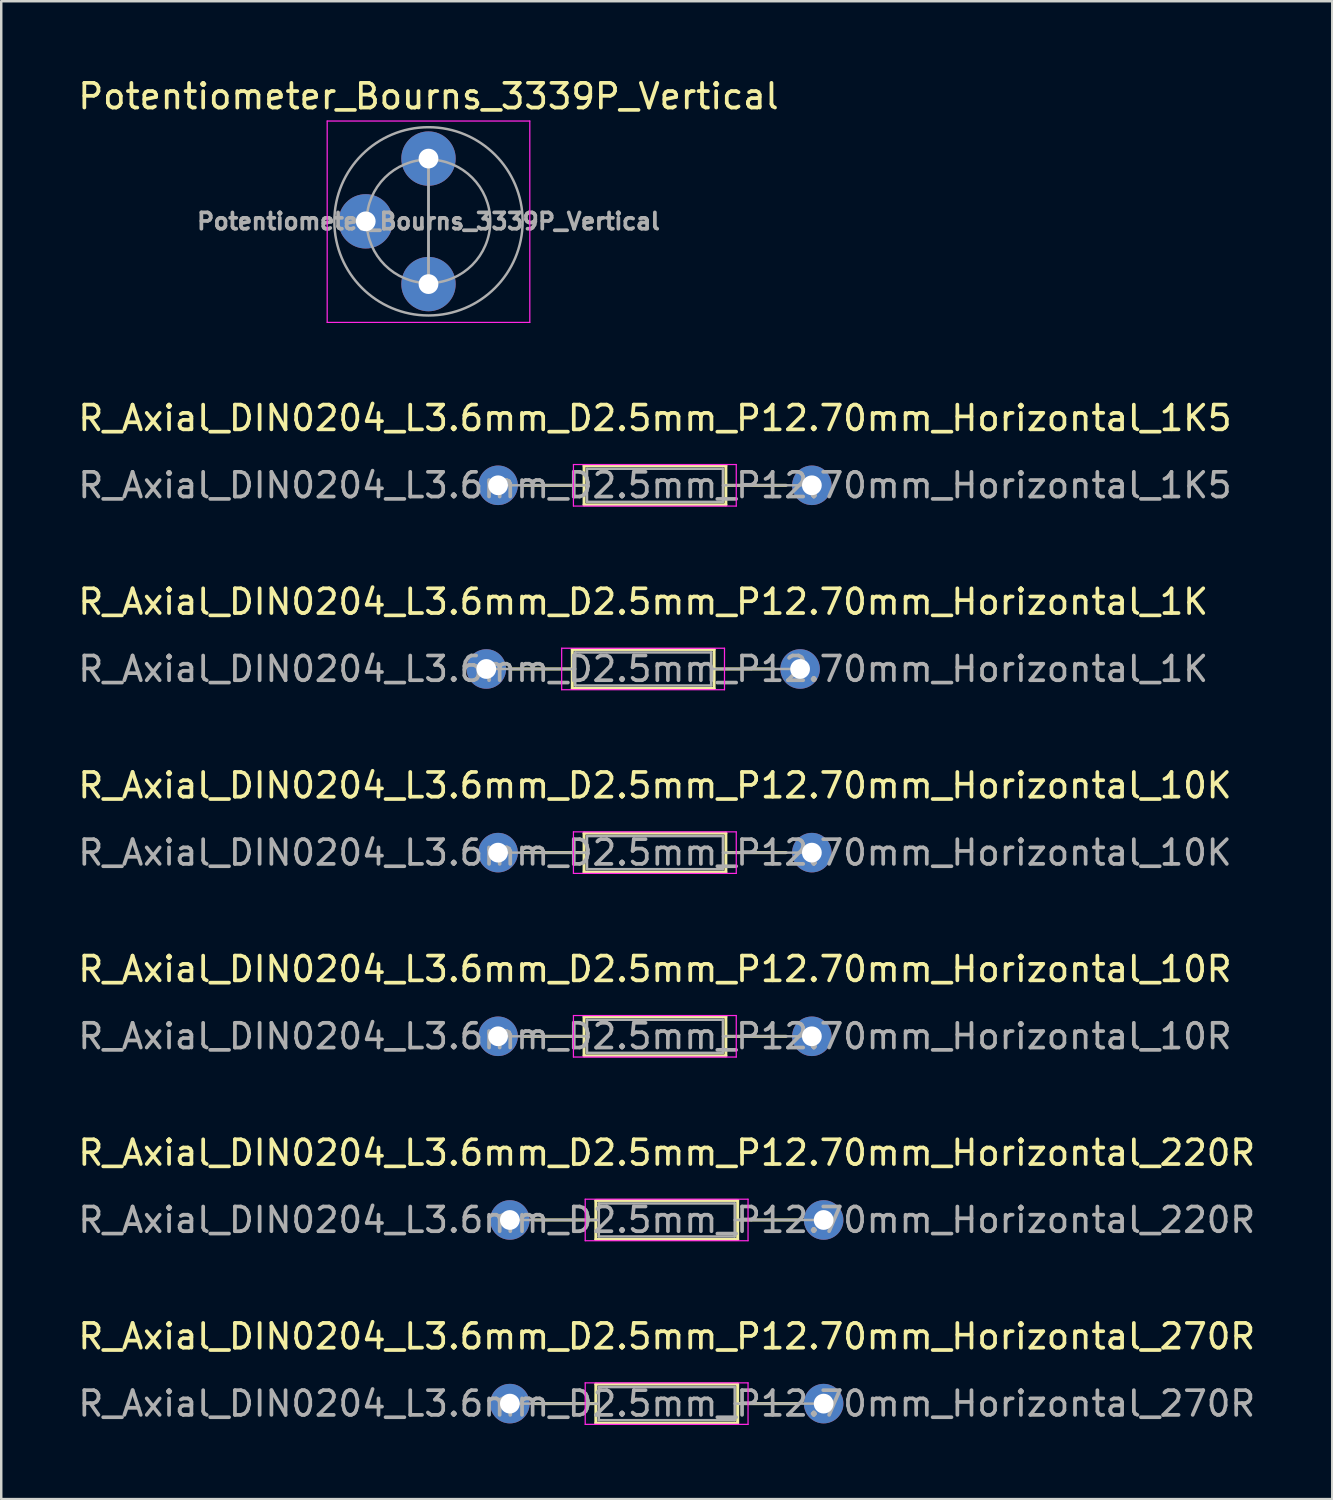
<source format=kicad_pcb>
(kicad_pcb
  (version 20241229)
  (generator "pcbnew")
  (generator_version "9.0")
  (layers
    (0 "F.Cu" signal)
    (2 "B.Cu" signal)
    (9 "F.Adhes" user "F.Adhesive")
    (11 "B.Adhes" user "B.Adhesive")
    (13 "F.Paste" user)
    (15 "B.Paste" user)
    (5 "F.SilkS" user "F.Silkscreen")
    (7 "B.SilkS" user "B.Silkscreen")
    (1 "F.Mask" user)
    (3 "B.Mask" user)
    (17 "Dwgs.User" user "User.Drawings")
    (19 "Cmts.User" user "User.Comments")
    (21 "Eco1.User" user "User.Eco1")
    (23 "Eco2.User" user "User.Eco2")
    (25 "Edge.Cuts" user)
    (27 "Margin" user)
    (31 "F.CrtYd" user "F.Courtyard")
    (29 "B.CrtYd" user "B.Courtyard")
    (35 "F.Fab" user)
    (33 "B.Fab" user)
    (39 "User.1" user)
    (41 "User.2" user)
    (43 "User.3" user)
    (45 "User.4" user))
  (footprint "R_Axial_DIN0204_L3.6mm_D2.5mm_P12.70mm_Horizontal_10K"
    (layer "F.Cu")
    (at 17.108 31.458)
    (property "Reference" "R_Axial_DIN0204_L3.6mm_D2.5mm_P12.70mm_Horizontal_10K" (at 6.35 -2.72 0) (layer "F.SilkS") (effects (font (size 1 1) (thickness 0.15))))
    (attr through_hole)
    (fp_line (start 1.04 0) (end 3.48 0) (stroke (width 0.12) (type solid)) (layer "F.SilkS"))
    (fp_line (start 3.48 -0.79) (end 3.48 0.79) (stroke (width 0.12) (type solid)) (layer "F.SilkS"))
    (fp_line (start 3.48 0.79) (end 9.22 0.79) (stroke (width 0.12) (type solid)) (layer "F.SilkS"))
    (fp_line (start 9.22 -0.79) (end 3.48 -0.79) (stroke (width 0.12) (type solid)) (layer "F.SilkS"))
    (fp_line (start 9.22 0.79) (end 9.22 -0.79) (stroke (width 0.12) (type solid)) (layer "F.SilkS"))
    (fp_line (start 11.66 0) (end 9.22 0) (stroke (width 0.12) (type solid)) (layer "F.SilkS"))
    (fp_line (start 3.05 -0.84) (end 3.05 0.84) (stroke (width 0.05) (type solid)) (layer "F.CrtYd"))
    (fp_line (start 3.05 0.84) (end 9.64 0.84) (stroke (width 0.05) (type solid)) (layer "F.CrtYd"))
    (fp_line (start 9.64 -0.84) (end 3.05 -0.84) (stroke (width 0.05) (type solid)) (layer "F.CrtYd"))
    (fp_line (start 9.64 0.84) (end 9.64 -0.84) (stroke (width 0.05) (type solid)) (layer "F.CrtYd"))
    (fp_line (start 0 0) (end 3.6 0) (stroke (width 0.1) (type solid)) (layer "F.Fab"))
    (fp_line (start 3.6 -0.67) (end 3.6 0.67) (stroke (width 0.1) (type solid)) (layer "F.Fab"))
    (fp_line (start 3.6 0.67) (end 9.1 0.67) (stroke (width 0.1) (type solid)) (layer "F.Fab"))
    (fp_line (start 9.1 -0.67) (end 3.6 -0.67) (stroke (width 0.1) (type solid)) (layer "F.Fab"))
    (fp_line (start 9.1 0.67) (end 9.1 -0.67) (stroke (width 0.1) (type solid)) (layer "F.Fab"))
    (fp_line (start 12.7 0) (end 9.1 0) (stroke (width 0.1) (type solid)) (layer "F.Fab"))
    (fp_text user "${REFERENCE}" (at 6.35 0 0) (layer "F.Fab") (effects (font (size 1 1) (thickness 0.15))))
    (pad "1" thru_hole oval (at 0 0) (size 1.6 1.6) (drill 0.8) (layers "*.Cu" "*.Mask"))
    (pad "2" thru_hole oval (at 12.7 0) (size 1.6 1.6) (drill 0.8) (layers "*.Cu" "*.Mask")))
  (footprint "R_Axial_DIN0204_L3.6mm_D2.5mm_P12.70mm_Horizontal_220R"
    (layer "F.Cu")
    (at 17.585 46.325)
    (property "Reference" "R_Axial_DIN0204_L3.6mm_D2.5mm_P12.70mm_Horizontal_220R" (at 6.35 -2.72 0) (layer "F.SilkS") (effects (font (size 1 1) (thickness 0.15))))
    (attr through_hole)
    (fp_line (start 1.04 0) (end 3.48 0) (stroke (width 0.12) (type solid)) (layer "F.SilkS"))
    (fp_line (start 3.48 -0.79) (end 3.48 0.79) (stroke (width 0.12) (type solid)) (layer "F.SilkS"))
    (fp_line (start 3.48 0.79) (end 9.22 0.79) (stroke (width 0.12) (type solid)) (layer "F.SilkS"))
    (fp_line (start 9.22 -0.79) (end 3.48 -0.79) (stroke (width 0.12) (type solid)) (layer "F.SilkS"))
    (fp_line (start 9.22 0.79) (end 9.22 -0.79) (stroke (width 0.12) (type solid)) (layer "F.SilkS"))
    (fp_line (start 11.66 0) (end 9.22 0) (stroke (width 0.12) (type solid)) (layer "F.SilkS"))
    (fp_line (start 3.05 -0.84) (end 3.05 0.84) (stroke (width 0.05) (type solid)) (layer "F.CrtYd"))
    (fp_line (start 3.05 0.84) (end 9.64 0.84) (stroke (width 0.05) (type solid)) (layer "F.CrtYd"))
    (fp_line (start 9.64 -0.84) (end 3.05 -0.84) (stroke (width 0.05) (type solid)) (layer "F.CrtYd"))
    (fp_line (start 9.64 0.84) (end 9.64 -0.84) (stroke (width 0.05) (type solid)) (layer "F.CrtYd"))
    (fp_line (start 0 0) (end 3.6 0) (stroke (width 0.1) (type solid)) (layer "F.Fab"))
    (fp_line (start 3.6 -0.67) (end 3.6 0.67) (stroke (width 0.1) (type solid)) (layer "F.Fab"))
    (fp_line (start 3.6 0.67) (end 9.1 0.67) (stroke (width 0.1) (type solid)) (layer "F.Fab"))
    (fp_line (start 9.1 -0.67) (end 3.6 -0.67) (stroke (width 0.1) (type solid)) (layer "F.Fab"))
    (fp_line (start 9.1 0.67) (end 9.1 -0.67) (stroke (width 0.1) (type solid)) (layer "F.Fab"))
    (fp_line (start 12.7 0) (end 9.1 0) (stroke (width 0.1) (type solid)) (layer "F.Fab"))
    (fp_text user "${REFERENCE}" (at 6.35 0 0) (layer "F.Fab") (effects (font (size 1 1) (thickness 0.15))))
    (pad "1" thru_hole oval (at 0 0) (size 1.6 1.6) (drill 0.8) (layers "*.Cu" "*.Mask"))
    (pad "2" thru_hole oval (at 12.7 0) (size 1.6 1.6) (drill 0.8) (layers "*.Cu" "*.Mask")))
  (footprint "R_Axial_DIN0204_L3.6mm_D2.5mm_P12.70mm_Horizontal_1K"
    (layer "F.Cu")
    (at 16.632 24.025)
    (property "Reference" "R_Axial_DIN0204_L3.6mm_D2.5mm_P12.70mm_Horizontal_1K" (at 6.35 -2.72 0) (layer "F.SilkS") (effects (font (size 1 1) (thickness 0.15))))
    (attr through_hole)
    (fp_line (start 1.04 0) (end 3.48 0) (stroke (width 0.12) (type solid)) (layer "F.SilkS"))
    (fp_line (start 3.48 -0.79) (end 3.48 0.79) (stroke (width 0.12) (type solid)) (layer "F.SilkS"))
    (fp_line (start 3.48 0.79) (end 9.22 0.79) (stroke (width 0.12) (type solid)) (layer "F.SilkS"))
    (fp_line (start 9.22 -0.79) (end 3.48 -0.79) (stroke (width 0.12) (type solid)) (layer "F.SilkS"))
    (fp_line (start 9.22 0.79) (end 9.22 -0.79) (stroke (width 0.12) (type solid)) (layer "F.SilkS"))
    (fp_line (start 11.66 0) (end 9.22 0) (stroke (width 0.12) (type solid)) (layer "F.SilkS"))
    (fp_line (start 3.05 -0.84) (end 3.05 0.84) (stroke (width 0.05) (type solid)) (layer "F.CrtYd"))
    (fp_line (start 3.05 0.84) (end 9.64 0.84) (stroke (width 0.05) (type solid)) (layer "F.CrtYd"))
    (fp_line (start 9.64 -0.84) (end 3.05 -0.84) (stroke (width 0.05) (type solid)) (layer "F.CrtYd"))
    (fp_line (start 9.64 0.84) (end 9.64 -0.84) (stroke (width 0.05) (type solid)) (layer "F.CrtYd"))
    (fp_line (start 0 0) (end 3.6 0) (stroke (width 0.1) (type solid)) (layer "F.Fab"))
    (fp_line (start 3.6 -0.67) (end 3.6 0.67) (stroke (width 0.1) (type solid)) (layer "F.Fab"))
    (fp_line (start 3.6 0.67) (end 9.1 0.67) (stroke (width 0.1) (type solid)) (layer "F.Fab"))
    (fp_line (start 9.1 -0.67) (end 3.6 -0.67) (stroke (width 0.1) (type solid)) (layer "F.Fab"))
    (fp_line (start 9.1 0.67) (end 9.1 -0.67) (stroke (width 0.1) (type solid)) (layer "F.Fab"))
    (fp_line (start 12.7 0) (end 9.1 0) (stroke (width 0.1) (type solid)) (layer "F.Fab"))
    (fp_text user "${REFERENCE}" (at 6.35 0 0) (layer "F.Fab") (effects (font (size 1 1) (thickness 0.15))))
    (pad "1" thru_hole oval (at 0 0) (size 1.6 1.6) (drill 0.8) (layers "*.Cu" "*.Mask"))
    (pad "2" thru_hole oval (at 12.7 0) (size 1.6 1.6) (drill 0.8) (layers "*.Cu" "*.Mask")))
  (footprint "R_Axial_DIN0204_L3.6mm_D2.5mm_P12.70mm_Horizontal_1K5"
    (layer "F.Cu")
    (at 17.108 16.591)
    (property "Reference" "R_Axial_DIN0204_L3.6mm_D2.5mm_P12.70mm_Horizontal_1K5" (at 6.35 -2.72 0) (layer "F.SilkS") (effects (font (size 1 1) (thickness 0.15))))
    (attr through_hole)
    (fp_line (start 1.04 0) (end 3.48 0) (stroke (width 0.12) (type solid)) (layer "F.SilkS"))
    (fp_line (start 3.48 -0.79) (end 3.48 0.79) (stroke (width 0.12) (type solid)) (layer "F.SilkS"))
    (fp_line (start 3.48 0.79) (end 9.22 0.79) (stroke (width 0.12) (type solid)) (layer "F.SilkS"))
    (fp_line (start 9.22 -0.79) (end 3.48 -0.79) (stroke (width 0.12) (type solid)) (layer "F.SilkS"))
    (fp_line (start 9.22 0.79) (end 9.22 -0.79) (stroke (width 0.12) (type solid)) (layer "F.SilkS"))
    (fp_line (start 11.66 0) (end 9.22 0) (stroke (width 0.12) (type solid)) (layer "F.SilkS"))
    (fp_line (start 3.05 -0.84) (end 3.05 0.84) (stroke (width 0.05) (type solid)) (layer "F.CrtYd"))
    (fp_line (start 3.05 0.84) (end 9.64 0.84) (stroke (width 0.05) (type solid)) (layer "F.CrtYd"))
    (fp_line (start 9.64 -0.84) (end 3.05 -0.84) (stroke (width 0.05) (type solid)) (layer "F.CrtYd"))
    (fp_line (start 9.64 0.84) (end 9.64 -0.84) (stroke (width 0.05) (type solid)) (layer "F.CrtYd"))
    (fp_line (start 0 0) (end 3.6 0) (stroke (width 0.1) (type solid)) (layer "F.Fab"))
    (fp_line (start 3.6 -0.67) (end 3.6 0.67) (stroke (width 0.1) (type solid)) (layer "F.Fab"))
    (fp_line (start 3.6 0.67) (end 9.1 0.67) (stroke (width 0.1) (type solid)) (layer "F.Fab"))
    (fp_line (start 9.1 -0.67) (end 3.6 -0.67) (stroke (width 0.1) (type solid)) (layer "F.Fab"))
    (fp_line (start 9.1 0.67) (end 9.1 -0.67) (stroke (width 0.1) (type solid)) (layer "F.Fab"))
    (fp_line (start 12.7 0) (end 9.1 0) (stroke (width 0.1) (type solid)) (layer "F.Fab"))
    (fp_text user "${REFERENCE}" (at 6.35 0 0) (layer "F.Fab") (effects (font (size 1 1) (thickness 0.15))))
    (pad "1" thru_hole oval (at 0 0) (size 1.6 1.6) (drill 0.8) (layers "*.Cu" "*.Mask"))
    (pad "2" thru_hole oval (at 12.7 0) (size 1.6 1.6) (drill 0.8) (layers "*.Cu" "*.Mask")))
  (footprint "Potentiometer_Bourns_3339P_Vertical"
    (layer "F.Cu")
    (at 14.292 8.448)
    (property "Reference" "Potentiometer_Bourns_3339P_Vertical" (at 0 -7.6 0) (layer "F.SilkS") (effects (font (size 1 1) (thickness 0.15))))
    (attr through_hole)
    (fp_line (start -4.1 -6.6) (end -4.1 1.55) (stroke (width 0.05) (type solid)) (layer "F.CrtYd"))
    (fp_line (start -4.1 1.55) (end 4.1 1.55) (stroke (width 0.05) (type solid)) (layer "F.CrtYd"))
    (fp_line (start 4.1 -6.6) (end -4.1 -6.6) (stroke (width 0.05) (type solid)) (layer "F.CrtYd"))
    (fp_line (start 4.1 1.55) (end 4.1 -6.6) (stroke (width 0.05) (type solid)) (layer "F.CrtYd"))
    (fp_line (start 0 -0.064) (end 0.001 -5.014) (stroke (width 0.1) (type solid)) (layer "F.Fab"))
    (fp_line (start 0 -0.064) (end 0.001 -5.014) (stroke (width 0.1) (type solid)) (layer "F.Fab"))
    (fp_circle (center 0 -2.54) (end 2.5 -2.54) (stroke (width 0.1) (type solid)) (fill no) (layer "F.Fab"))
    (fp_circle (center 0 -2.54) (end 3.81 -2.54) (stroke (width 0.1) (type solid)) (fill no) (layer "F.Fab"))
    (fp_text user "${REFERENCE}" (at 0.001 -2.539 180) (layer "F.Fab") (effects (font (size 0.66 0.66) (thickness 0.15))))
    (pad "1" thru_hole circle (at 0 0) (size 2.2 2.2) (drill 0.8) (layers "*.Cu" "*.Mask"))
    (pad "2" thru_hole circle (at -2.54 -2.54) (size 2.2 2.2) (drill 0.8) (layers "*.Cu" "*.Mask"))
    (pad "3" thru_hole circle (at 0 -5.08) (size 2.2 2.2) (drill 0.8) (layers "*.Cu" "*.Mask")))
  (footprint "R_Axial_DIN0204_L3.6mm_D2.5mm_P12.70mm_Horizontal_10R"
    (layer "F.Cu")
    (at 17.108 38.891)
    (property "Reference" "R_Axial_DIN0204_L3.6mm_D2.5mm_P12.70mm_Horizontal_10R" (at 6.35 -2.72 0) (layer "F.SilkS") (effects (font (size 1 1) (thickness 0.15))))
    (attr through_hole)
    (fp_line (start 1.04 0) (end 3.48 0) (stroke (width 0.12) (type solid)) (layer "F.SilkS"))
    (fp_line (start 3.48 -0.79) (end 3.48 0.79) (stroke (width 0.12) (type solid)) (layer "F.SilkS"))
    (fp_line (start 3.48 0.79) (end 9.22 0.79) (stroke (width 0.12) (type solid)) (layer "F.SilkS"))
    (fp_line (start 9.22 -0.79) (end 3.48 -0.79) (stroke (width 0.12) (type solid)) (layer "F.SilkS"))
    (fp_line (start 9.22 0.79) (end 9.22 -0.79) (stroke (width 0.12) (type solid)) (layer "F.SilkS"))
    (fp_line (start 11.66 0) (end 9.22 0) (stroke (width 0.12) (type solid)) (layer "F.SilkS"))
    (fp_line (start 3.05 -0.84) (end 3.05 0.84) (stroke (width 0.05) (type solid)) (layer "F.CrtYd"))
    (fp_line (start 3.05 0.84) (end 9.64 0.84) (stroke (width 0.05) (type solid)) (layer "F.CrtYd"))
    (fp_line (start 9.64 -0.84) (end 3.05 -0.84) (stroke (width 0.05) (type solid)) (layer "F.CrtYd"))
    (fp_line (start 9.64 0.84) (end 9.64 -0.84) (stroke (width 0.05) (type solid)) (layer "F.CrtYd"))
    (fp_line (start 0 0) (end 3.6 0) (stroke (width 0.1) (type solid)) (layer "F.Fab"))
    (fp_line (start 3.6 -0.67) (end 3.6 0.67) (stroke (width 0.1) (type solid)) (layer "F.Fab"))
    (fp_line (start 3.6 0.67) (end 9.1 0.67) (stroke (width 0.1) (type solid)) (layer "F.Fab"))
    (fp_line (start 9.1 -0.67) (end 3.6 -0.67) (stroke (width 0.1) (type solid)) (layer "F.Fab"))
    (fp_line (start 9.1 0.67) (end 9.1 -0.67) (stroke (width 0.1) (type solid)) (layer "F.Fab"))
    (fp_line (start 12.7 0) (end 9.1 0) (stroke (width 0.1) (type solid)) (layer "F.Fab"))
    (fp_text user "${REFERENCE}" (at 6.35 0 0) (layer "F.Fab") (effects (font (size 1 1) (thickness 0.15))))
    (pad "1" thru_hole oval (at 0 0) (size 1.6 1.6) (drill 0.8) (layers "*.Cu" "*.Mask"))
    (pad "2" thru_hole oval (at 12.7 0) (size 1.6 1.6) (drill 0.8) (layers "*.Cu" "*.Mask")))
  (footprint "R_Axial_DIN0204_L3.6mm_D2.5mm_P12.70mm_Horizontal_270R"
    (layer "F.Cu")
    (at 17.585 53.758)
    (property "Reference" "R_Axial_DIN0204_L3.6mm_D2.5mm_P12.70mm_Horizontal_270R" (at 6.35 -2.72 0) (layer "F.SilkS") (effects (font (size 1 1) (thickness 0.15))))
    (attr through_hole)
    (fp_line (start 1.04 0) (end 3.48 0) (stroke (width 0.12) (type solid)) (layer "F.SilkS"))
    (fp_line (start 3.48 -0.79) (end 3.48 0.79) (stroke (width 0.12) (type solid)) (layer "F.SilkS"))
    (fp_line (start 3.48 0.79) (end 9.22 0.79) (stroke (width 0.12) (type solid)) (layer "F.SilkS"))
    (fp_line (start 9.22 -0.79) (end 3.48 -0.79) (stroke (width 0.12) (type solid)) (layer "F.SilkS"))
    (fp_line (start 9.22 0.79) (end 9.22 -0.79) (stroke (width 0.12) (type solid)) (layer "F.SilkS"))
    (fp_line (start 11.66 0) (end 9.22 0) (stroke (width 0.12) (type solid)) (layer "F.SilkS"))
    (fp_line (start 3.05 -0.84) (end 3.05 0.84) (stroke (width 0.05) (type solid)) (layer "F.CrtYd"))
    (fp_line (start 3.05 0.84) (end 9.64 0.84) (stroke (width 0.05) (type solid)) (layer "F.CrtYd"))
    (fp_line (start 9.64 -0.84) (end 3.05 -0.84) (stroke (width 0.05) (type solid)) (layer "F.CrtYd"))
    (fp_line (start 9.64 0.84) (end 9.64 -0.84) (stroke (width 0.05) (type solid)) (layer "F.CrtYd"))
    (fp_line (start 0 0) (end 3.6 0) (stroke (width 0.1) (type solid)) (layer "F.Fab"))
    (fp_line (start 3.6 -0.67) (end 3.6 0.67) (stroke (width 0.1) (type solid)) (layer "F.Fab"))
    (fp_line (start 3.6 0.67) (end 9.1 0.67) (stroke (width 0.1) (type solid)) (layer "F.Fab"))
    (fp_line (start 9.1 -0.67) (end 3.6 -0.67) (stroke (width 0.1) (type solid)) (layer "F.Fab"))
    (fp_line (start 9.1 0.67) (end 9.1 -0.67) (stroke (width 0.1) (type solid)) (layer "F.Fab"))
    (fp_line (start 12.7 0) (end 9.1 0) (stroke (width 0.1) (type solid)) (layer "F.Fab"))
    (fp_text user "${REFERENCE}" (at 6.35 0 0) (layer "F.Fab") (effects (font (size 1 1) (thickness 0.15))))
    (pad "1" thru_hole oval (at 0 0) (size 1.6 1.6) (drill 0.8) (layers "*.Cu" "*.Mask"))
    (pad "2" thru_hole oval (at 12.7 0) (size 1.6 1.6) (drill 0.8) (layers "*.Cu" "*.Mask")))
  (gr_rect
    (start -3 -3)
    (end 50.869 57.623)
    (stroke (width 0.1) (type default))
    (fill no)
    (layer "Edge.Cuts")))
</source>
